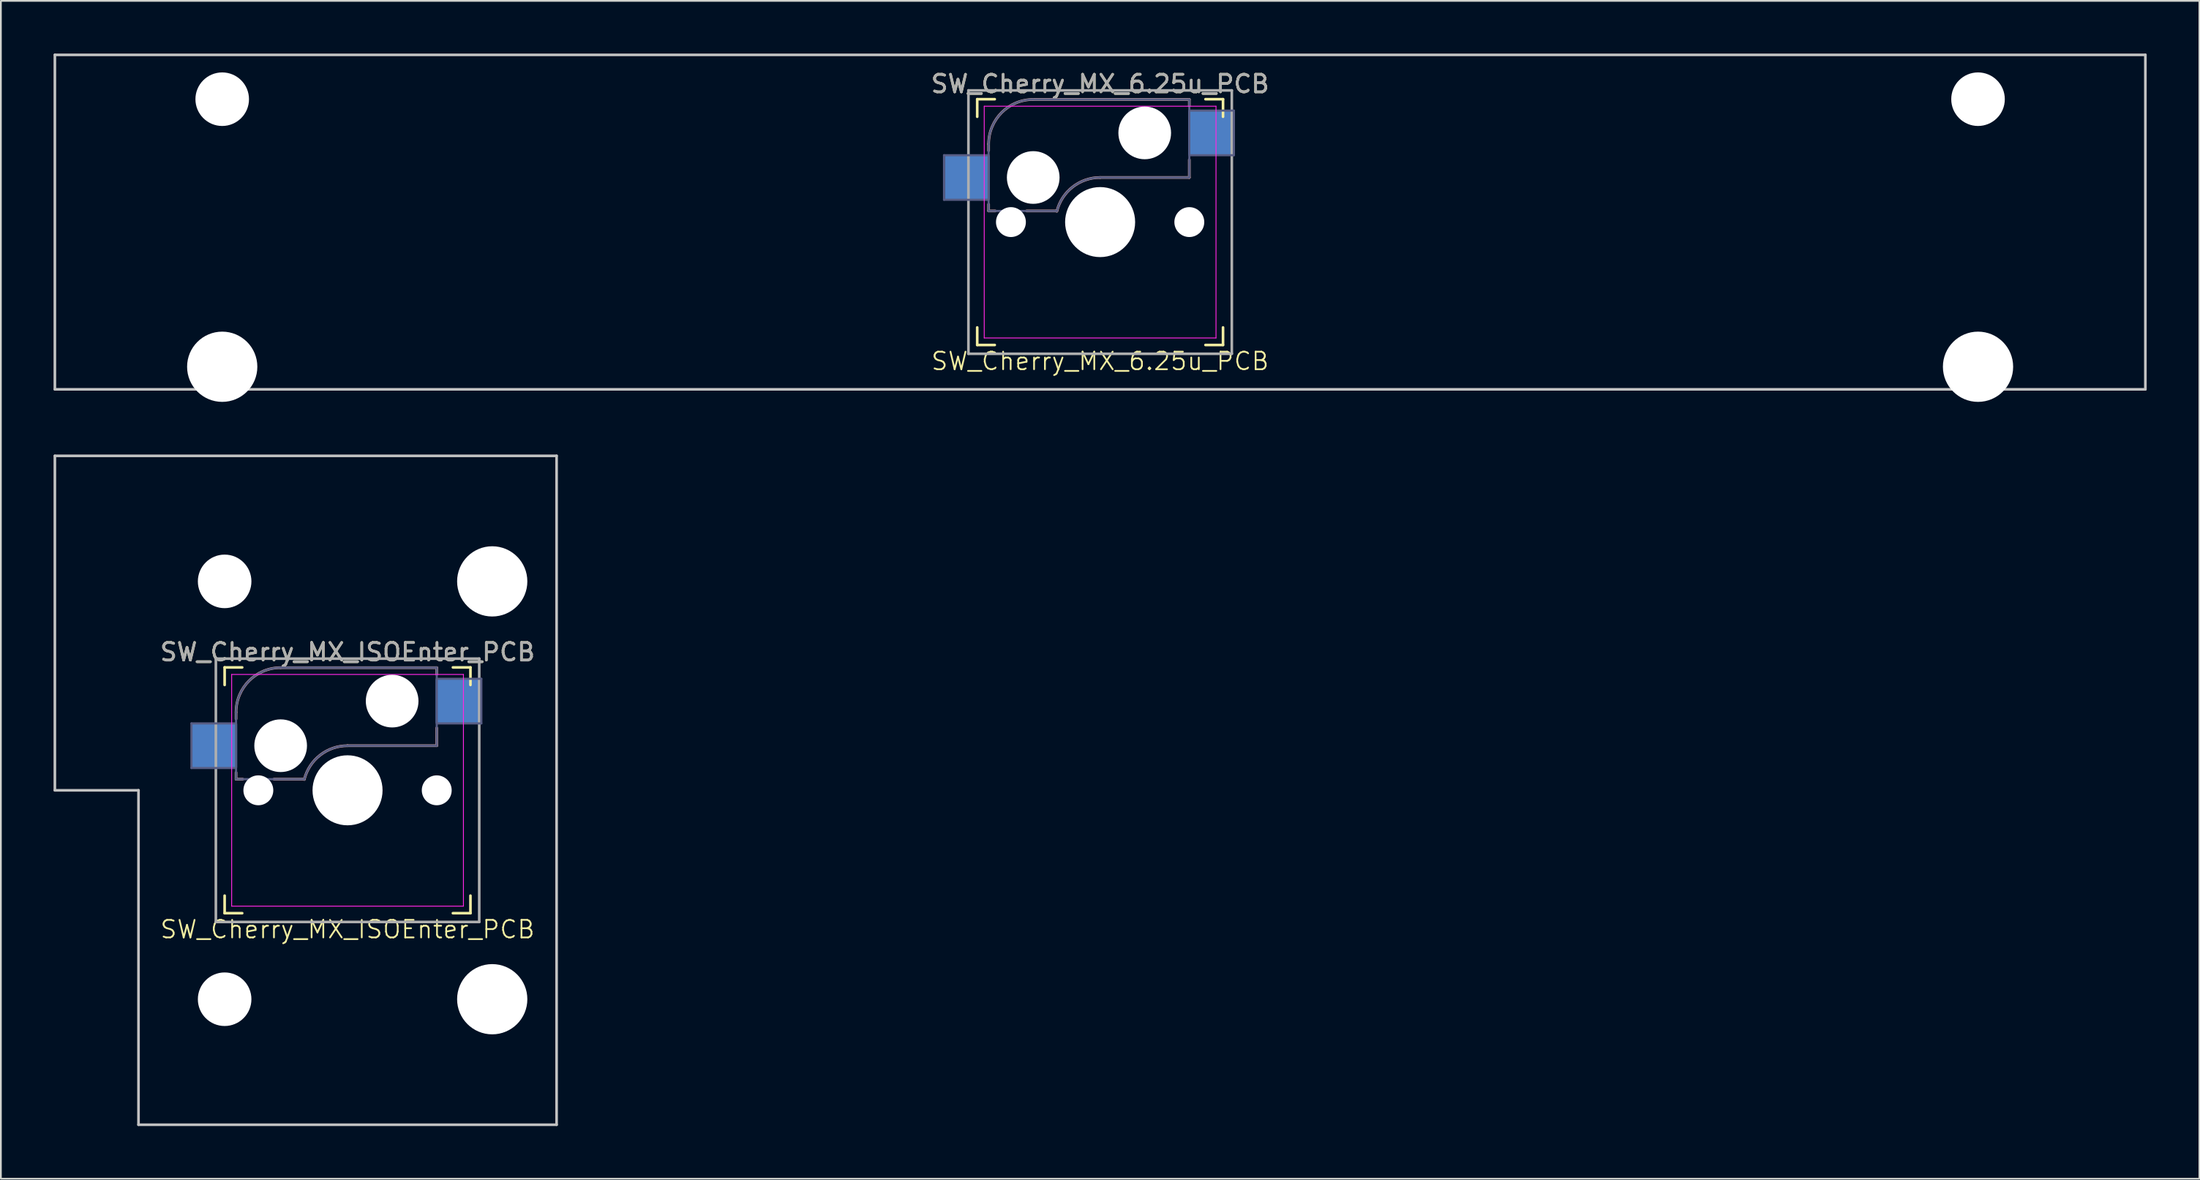
<source format=kicad_pcb>
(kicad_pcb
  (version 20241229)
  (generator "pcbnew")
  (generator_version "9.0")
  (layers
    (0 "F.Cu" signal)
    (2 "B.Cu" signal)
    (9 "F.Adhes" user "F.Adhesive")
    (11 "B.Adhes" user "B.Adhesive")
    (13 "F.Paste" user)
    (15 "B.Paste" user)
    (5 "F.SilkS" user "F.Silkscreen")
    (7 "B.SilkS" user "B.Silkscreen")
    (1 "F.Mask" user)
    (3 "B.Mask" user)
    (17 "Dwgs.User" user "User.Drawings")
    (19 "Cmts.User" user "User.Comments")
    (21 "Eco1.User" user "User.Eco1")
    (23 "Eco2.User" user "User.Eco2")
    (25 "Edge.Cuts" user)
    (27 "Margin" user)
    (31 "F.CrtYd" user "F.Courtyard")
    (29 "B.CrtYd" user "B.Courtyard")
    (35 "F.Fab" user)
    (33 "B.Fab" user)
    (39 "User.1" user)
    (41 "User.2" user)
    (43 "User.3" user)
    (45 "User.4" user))
  (footprint "SW_Cherry_MX_ISOEnter_PCB"
    (layer "F.Cu")
    (at 16.744 41.965)
    (property "Reference" "SW_Cherry_MX_ISOEnter_PCB" (at 0 -7.874 0) (layer "F.SilkS") (effects (font (size 1 1) (thickness 0.15))))
    (property "Value" "SW_Cherry_MX_ISOEnter_PCB" (at 0.254 8.128 0) (layer "F.Fab") (hide yes) (effects (font (size 1 1) (thickness 0.15))))
    (attr through_hole)
    (fp_line (start -7 -6) (end -7 -7) (stroke (width 0.15) (type solid)) (layer "F.SilkS"))
    (fp_line (start -7 7) (end -7 6) (stroke (width 0.15) (type solid)) (layer "F.SilkS"))
    (fp_line (start -7 7) (end -6 7) (stroke (width 0.15) (type solid)) (layer "F.SilkS"))
    (fp_line (start -6 -7) (end -7 -7) (stroke (width 0.15) (type solid)) (layer "F.SilkS"))
    (fp_line (start 6 7) (end 7 7) (stroke (width 0.15) (type solid)) (layer "F.SilkS"))
    (fp_line (start 7 -7) (end 6 -7) (stroke (width 0.15) (type solid)) (layer "F.SilkS"))
    (fp_line (start 7 -7) (end 7 -6) (stroke (width 0.15) (type solid)) (layer "F.SilkS"))
    (fp_line (start 7 6) (end 7 7) (stroke (width 0.15) (type solid)) (layer "F.SilkS"))
    (fp_line (start -6.35 -4.445) (end -6.35 -4.064) (stroke (width 0.15) (type solid)) (layer "B.SilkS"))
    (fp_line (start -6.35 -1.016) (end -6.35 -0.635) (stroke (width 0.15) (type solid)) (layer "B.SilkS"))
    (fp_line (start -5.969 -0.635) (end -6.35 -0.635) (stroke (width 0.15) (type solid)) (layer "B.SilkS"))
    (fp_line (start -3.81 -6.985) (end 5.08 -6.985) (stroke (width 0.15) (type solid)) (layer "B.SilkS"))
    (fp_line (start -2.464 -0.635) (end -4.191 -0.635) (stroke (width 0.15) (type solid)) (layer "B.SilkS"))
    (fp_line (start 5.08 -6.985) (end 5.08 -6.604) (stroke (width 0.15) (type solid)) (layer "B.SilkS"))
    (fp_line (start 5.08 -3.556) (end 5.08 -2.54) (stroke (width 0.15) (type solid)) (layer "B.SilkS"))
    (fp_line (start 5.08 -2.54) (end 0 -2.54) (stroke (width 0.15) (type solid)) (layer "B.SilkS"))
    (fp_arc (start -6.35 -4.445) (mid -5.606051 -6.241051) (end -3.81 -6.985) (stroke (width 0.15) (type solid)) (layer "B.SilkS"))
    (fp_arc (start -2.464162 -0.61604) (mid -1.563147 -2.002042) (end 0 -2.54) (stroke (width 0.15) (type solid)) (layer "B.SilkS"))
    (fp_line (start -16.669 -19.05) (end 11.906 -19.05) (stroke (width 0.15) (type solid)) (layer "Dwgs.User"))
    (fp_line (start -16.669 0) (end -16.669 -19.05) (stroke (width 0.15) (type solid)) (layer "Dwgs.User"))
    (fp_line (start -11.906 0) (end -16.669 0) (stroke (width 0.15) (type solid)) (layer "Dwgs.User"))
    (fp_line (start -11.906 19.05) (end -11.906 0) (stroke (width 0.15) (type solid)) (layer "Dwgs.User"))
    (fp_line (start 11.906 -19.05) (end 11.906 19.05) (stroke (width 0.15) (type solid)) (layer "Dwgs.User"))
    (fp_line (start 11.906 19.05) (end -11.906 19.05) (stroke (width 0.15) (type solid)) (layer "Dwgs.User"))
    (fp_line (start -6.9 6.9) (end -6.9 -6.9) (stroke (width 0.15) (type solid)) (layer "Eco2.User"))
    (fp_line (start -6.9 6.9) (end 6.9 6.9) (stroke (width 0.15) (type solid)) (layer "Eco2.User"))
    (fp_line (start 6.9 -6.9) (end -6.9 -6.9) (stroke (width 0.15) (type solid)) (layer "Eco2.User"))
    (fp_line (start 6.9 -6.9) (end 6.9 6.9) (stroke (width 0.15) (type solid)) (layer "Eco2.User"))
    (fp_line (start -6.6 -6.6) (end 6.6 -6.6) (stroke (width 0.05) (type solid)) (layer "F.CrtYd"))
    (fp_line (start -6.6 6.6) (end -6.6 -6.6) (stroke (width 0.05) (type solid)) (layer "F.CrtYd"))
    (fp_line (start 6.6 -6.6) (end 6.6 6.6) (stroke (width 0.05) (type solid)) (layer "F.CrtYd"))
    (fp_line (start 6.6 6.6) (end -6.6 6.6) (stroke (width 0.05) (type solid)) (layer "F.CrtYd"))
    (fp_line (start -8.89 -3.81) (end -6.35 -3.81) (stroke (width 0.12) (type solid)) (layer "B.Fab"))
    (fp_line (start -8.89 -1.27) (end -8.89 -3.81) (stroke (width 0.12) (type solid)) (layer "B.Fab"))
    (fp_line (start -6.35 -1.27) (end -8.89 -1.27) (stroke (width 0.12) (type solid)) (layer "B.Fab"))
    (fp_line (start -6.35 -0.635) (end -6.35 -4.445) (stroke (width 0.12) (type solid)) (layer "B.Fab"))
    (fp_line (start -6.35 -0.635) (end -2.54 -0.635) (stroke (width 0.12) (type solid)) (layer "B.Fab"))
    (fp_line (start -3.81 -6.985) (end 5.08 -6.985) (stroke (width 0.12) (type solid)) (layer "B.Fab"))
    (fp_line (start 5.08 -6.985) (end 5.08 -2.54) (stroke (width 0.12) (type solid)) (layer "B.Fab"))
    (fp_line (start 5.08 -6.35) (end 7.62 -6.35) (stroke (width 0.12) (type solid)) (layer "B.Fab"))
    (fp_line (start 5.08 -2.54) (end 0 -2.54) (stroke (width 0.12) (type solid)) (layer "B.Fab"))
    (fp_line (start 7.62 -6.35) (end 7.62 -3.81) (stroke (width 0.12) (type solid)) (layer "B.Fab"))
    (fp_line (start 7.62 -3.81) (end 5.08 -3.81) (stroke (width 0.12) (type solid)) (layer "B.Fab"))
    (fp_arc (start -6.35 -4.445) (mid -5.606051 -6.241051) (end -3.81 -6.985) (stroke (width 0.12) (type solid)) (layer "B.Fab"))
    (fp_arc (start -2.464162 -0.61604) (mid -1.563147 -2.002042) (end 0 -2.54) (stroke (width 0.12) (type solid)) (layer "B.Fab"))
    (fp_line (start -7.5 -7.5) (end 7.5 -7.5) (stroke (width 0.15) (type solid)) (layer "F.Fab"))
    (fp_line (start -7.5 7.5) (end -7.5 -7.5) (stroke (width 0.15) (type solid)) (layer "F.Fab"))
    (fp_line (start 7.5 -7.5) (end 7.5 7.5) (stroke (width 0.15) (type solid)) (layer "F.Fab"))
    (fp_line (start 7.5 7.5) (end -7.5 7.5) (stroke (width 0.15) (type solid)) (layer "F.Fab"))
    (fp_text user "${VALUE}" (at 0 8.508 0) (unlocked yes) (layer "F.SilkS") (effects (font (size 1 1) (thickness 0.1)) (justify bottom)))
    (fp_text user "${REFERENCE}" (at 0 -7.874 0) (layer "F.Fab") (effects (font (size 1 1) (thickness 0.15))))
    (pad "" np_thru_hole circle (at -7 -11.9) (size 3.05 3.05) (drill 3.05) (layers "*.Cu" "*.Mask"))
    (pad "" np_thru_hole circle (at -7 11.9) (size 3.05 3.05) (drill 3.05) (layers "*.Cu" "*.Mask"))
    (pad "" np_thru_hole circle (at -5.08 0) (size 1.702 1.702) (drill 1.702) (layers "*.Cu" "*.Mask"))
    (pad "" np_thru_hole circle (at -3.81 -2.54) (size 3 3) (drill 3) (layers "*.Cu" "*.Mask"))
    (pad "" np_thru_hole circle (at 0 0) (size 3.988 3.988) (drill 3.988) (layers "*.Cu" "*.Mask"))
    (pad "" np_thru_hole circle (at 2.54 -5.08) (size 3 3) (drill 3) (layers "*.Cu" "*.Mask"))
    (pad "" np_thru_hole circle (at 5.08 0) (size 1.702 1.702) (drill 1.702) (layers "*.Cu" "*.Mask"))
    (pad "" np_thru_hole circle (at 8.24 -11.9) (size 4 4) (drill 4) (layers "*.Cu" "*.Mask"))
    (pad "" np_thru_hole circle (at 8.24 11.9) (size 4 4) (drill 4) (layers "*.Cu" "*.Mask"))
    (pad "1" smd rect (at 6.29 -5.08) (size 2.55 2.5) (layers "B.Cu" "B.Mask" "B.Paste"))
    (pad "2" smd rect (at -7.56 -2.54) (size 2.55 2.5) (layers "B.Cu" "B.Mask" "B.Paste")))
  (footprint "SW_Cherry_MX_6.25u_PCB"
    (layer "F.Cu")
    (at 59.606 9.6)
    (property "Reference" "SW_Cherry_MX_6.25u_PCB" (at 0 -7.874 0) (layer "F.SilkS") (effects (font (size 1 1) (thickness 0.15))))
    (property "Value" "SW_Cherry_MX_6.25u_PCB" (at 0 7.874 0) (layer "F.Fab") (hide yes) (effects (font (size 1 1) (thickness 0.15))))
    (attr through_hole)
    (fp_line (start -7 -6) (end -7 -7) (stroke (width 0.15) (type solid)) (layer "F.SilkS"))
    (fp_line (start -7 7) (end -7 6) (stroke (width 0.15) (type solid)) (layer "F.SilkS"))
    (fp_line (start -7 7) (end -6 7) (stroke (width 0.15) (type solid)) (layer "F.SilkS"))
    (fp_line (start -6 -7) (end -7 -7) (stroke (width 0.15) (type solid)) (layer "F.SilkS"))
    (fp_line (start 6 7) (end 7 7) (stroke (width 0.15) (type solid)) (layer "F.SilkS"))
    (fp_line (start 7 -7) (end 6 -7) (stroke (width 0.15) (type solid)) (layer "F.SilkS"))
    (fp_line (start 7 -7) (end 7 -6) (stroke (width 0.15) (type solid)) (layer "F.SilkS"))
    (fp_line (start 7 6) (end 7 7) (stroke (width 0.15) (type solid)) (layer "F.SilkS"))
    (fp_line (start -6.35 -4.445) (end -6.35 -4.064) (stroke (width 0.15) (type solid)) (layer "B.SilkS"))
    (fp_line (start -6.35 -1.016) (end -6.35 -0.635) (stroke (width 0.15) (type solid)) (layer "B.SilkS"))
    (fp_line (start -5.969 -0.635) (end -6.35 -0.635) (stroke (width 0.15) (type solid)) (layer "B.SilkS"))
    (fp_line (start -3.81 -6.985) (end 5.08 -6.985) (stroke (width 0.15) (type solid)) (layer "B.SilkS"))
    (fp_line (start -2.464 -0.635) (end -4.191 -0.635) (stroke (width 0.15) (type solid)) (layer "B.SilkS"))
    (fp_line (start 5.08 -6.985) (end 5.08 -6.604) (stroke (width 0.15) (type solid)) (layer "B.SilkS"))
    (fp_line (start 5.08 -3.556) (end 5.08 -2.54) (stroke (width 0.15) (type solid)) (layer "B.SilkS"))
    (fp_line (start 5.08 -2.54) (end 0 -2.54) (stroke (width 0.15) (type solid)) (layer "B.SilkS"))
    (fp_arc (start -6.35 -4.445) (mid -5.606051 -6.241051) (end -3.81 -6.985) (stroke (width 0.15) (type solid)) (layer "B.SilkS"))
    (fp_arc (start -2.464162 -0.61604) (mid -1.563147 -2.002042) (end 0 -2.54) (stroke (width 0.15) (type solid)) (layer "B.SilkS"))
    (fp_line (start -59.531 -9.525) (end 59.531 -9.525) (stroke (width 0.15) (type solid)) (layer "Dwgs.User"))
    (fp_line (start -59.531 9.525) (end -59.531 -9.525) (stroke (width 0.15) (type solid)) (layer "Dwgs.User"))
    (fp_line (start 59.531 -9.525) (end 59.531 9.525) (stroke (width 0.15) (type solid)) (layer "Dwgs.User"))
    (fp_line (start 59.531 9.525) (end -59.531 9.525) (stroke (width 0.15) (type solid)) (layer "Dwgs.User"))
    (fp_line (start -6.9 6.9) (end -6.9 -6.9) (stroke (width 0.15) (type solid)) (layer "Eco2.User"))
    (fp_line (start -6.9 6.9) (end 6.9 6.9) (stroke (width 0.15) (type solid)) (layer "Eco2.User"))
    (fp_line (start 6.9 -6.9) (end -6.9 -6.9) (stroke (width 0.15) (type solid)) (layer "Eco2.User"))
    (fp_line (start 6.9 -6.9) (end 6.9 6.9) (stroke (width 0.15) (type solid)) (layer "Eco2.User"))
    (fp_line (start -6.6 -6.6) (end 6.6 -6.6) (stroke (width 0.05) (type solid)) (layer "F.CrtYd"))
    (fp_line (start -6.6 6.6) (end -6.6 -6.6) (stroke (width 0.05) (type solid)) (layer "F.CrtYd"))
    (fp_line (start 6.6 -6.6) (end 6.6 6.6) (stroke (width 0.05) (type solid)) (layer "F.CrtYd"))
    (fp_line (start 6.6 6.6) (end -6.6 6.6) (stroke (width 0.05) (type solid)) (layer "F.CrtYd"))
    (fp_line (start -8.89 -3.81) (end -6.35 -3.81) (stroke (width 0.12) (type solid)) (layer "B.Fab"))
    (fp_line (start -8.89 -1.27) (end -8.89 -3.81) (stroke (width 0.12) (type solid)) (layer "B.Fab"))
    (fp_line (start -6.35 -1.27) (end -8.89 -1.27) (stroke (width 0.12) (type solid)) (layer "B.Fab"))
    (fp_line (start -6.35 -0.635) (end -6.35 -4.445) (stroke (width 0.12) (type solid)) (layer "B.Fab"))
    (fp_line (start -6.35 -0.635) (end -2.54 -0.635) (stroke (width 0.12) (type solid)) (layer "B.Fab"))
    (fp_line (start -3.81 -6.985) (end 5.08 -6.985) (stroke (width 0.12) (type solid)) (layer "B.Fab"))
    (fp_line (start 5.08 -6.985) (end 5.08 -2.54) (stroke (width 0.12) (type solid)) (layer "B.Fab"))
    (fp_line (start 5.08 -6.35) (end 7.62 -6.35) (stroke (width 0.12) (type solid)) (layer "B.Fab"))
    (fp_line (start 5.08 -2.54) (end 0 -2.54) (stroke (width 0.12) (type solid)) (layer "B.Fab"))
    (fp_line (start 7.62 -6.35) (end 7.62 -3.81) (stroke (width 0.12) (type solid)) (layer "B.Fab"))
    (fp_line (start 7.62 -3.81) (end 5.08 -3.81) (stroke (width 0.12) (type solid)) (layer "B.Fab"))
    (fp_arc (start -6.35 -4.445) (mid -5.606051 -6.241051) (end -3.81 -6.985) (stroke (width 0.12) (type solid)) (layer "B.Fab"))
    (fp_arc (start -2.464162 -0.61604) (mid -1.563147 -2.002042) (end 0 -2.54) (stroke (width 0.12) (type solid)) (layer "B.Fab"))
    (fp_line (start -7.5 -7.5) (end 7.5 -7.5) (stroke (width 0.15) (type solid)) (layer "F.Fab"))
    (fp_line (start -7.5 7.5) (end -7.5 -7.5) (stroke (width 0.15) (type solid)) (layer "F.Fab"))
    (fp_line (start 7.5 -7.5) (end 7.5 7.5) (stroke (width 0.15) (type solid)) (layer "F.Fab"))
    (fp_line (start 7.5 7.5) (end -7.5 7.5) (stroke (width 0.15) (type solid)) (layer "F.Fab"))
    (fp_text user "${VALUE}" (at 0 8.508 0) (unlocked yes) (layer "F.SilkS") (effects (font (size 1 1) (thickness 0.1)) (justify bottom)))
    (fp_text user "${REFERENCE}" (at 0 -7.874 0) (layer "F.Fab") (effects (font (size 1 1) (thickness 0.15))))
    (pad "" np_thru_hole circle (at -50 -7) (size 3.05 3.05) (drill 3.05) (layers "*.Cu" "*.Mask"))
    (pad "" np_thru_hole circle (at -50 8.24) (size 4 4) (drill 4) (layers "*.Cu" "*.Mask"))
    (pad "" np_thru_hole circle (at -5.08 0) (size 1.702 1.702) (drill 1.702) (layers "*.Cu" "*.Mask"))
    (pad "" np_thru_hole circle (at -3.81 -2.54) (size 3 3) (drill 3) (layers "*.Cu" "*.Mask"))
    (pad "" np_thru_hole circle (at 0 0) (size 3.988 3.988) (drill 3.988) (layers "*.Cu" "*.Mask"))
    (pad "" np_thru_hole circle (at 2.54 -5.08) (size 3 3) (drill 3) (layers "*.Cu" "*.Mask"))
    (pad "" np_thru_hole circle (at 5.08 0) (size 1.702 1.702) (drill 1.702) (layers "*.Cu" "*.Mask"))
    (pad "" np_thru_hole circle (at 50 -7) (size 3.05 3.05) (drill 3.05) (layers "*.Cu" "*.Mask"))
    (pad "" np_thru_hole circle (at 50 8.24) (size 4 4) (drill 4) (layers "*.Cu" "*.Mask"))
    (pad "1" smd rect (at 6.29 -5.08) (size 2.55 2.5) (layers "B.Cu" "B.Mask" "B.Paste"))
    (pad "2" smd rect (at -7.56 -2.54) (size 2.55 2.5) (layers "B.Cu" "B.Mask" "B.Paste")))
  (gr_rect
    (start -3 -3)
    (end 122.213 64.09)
    (stroke (width 0.1) (type default))
    (fill no)
    (layer "Edge.Cuts")))
</source>
